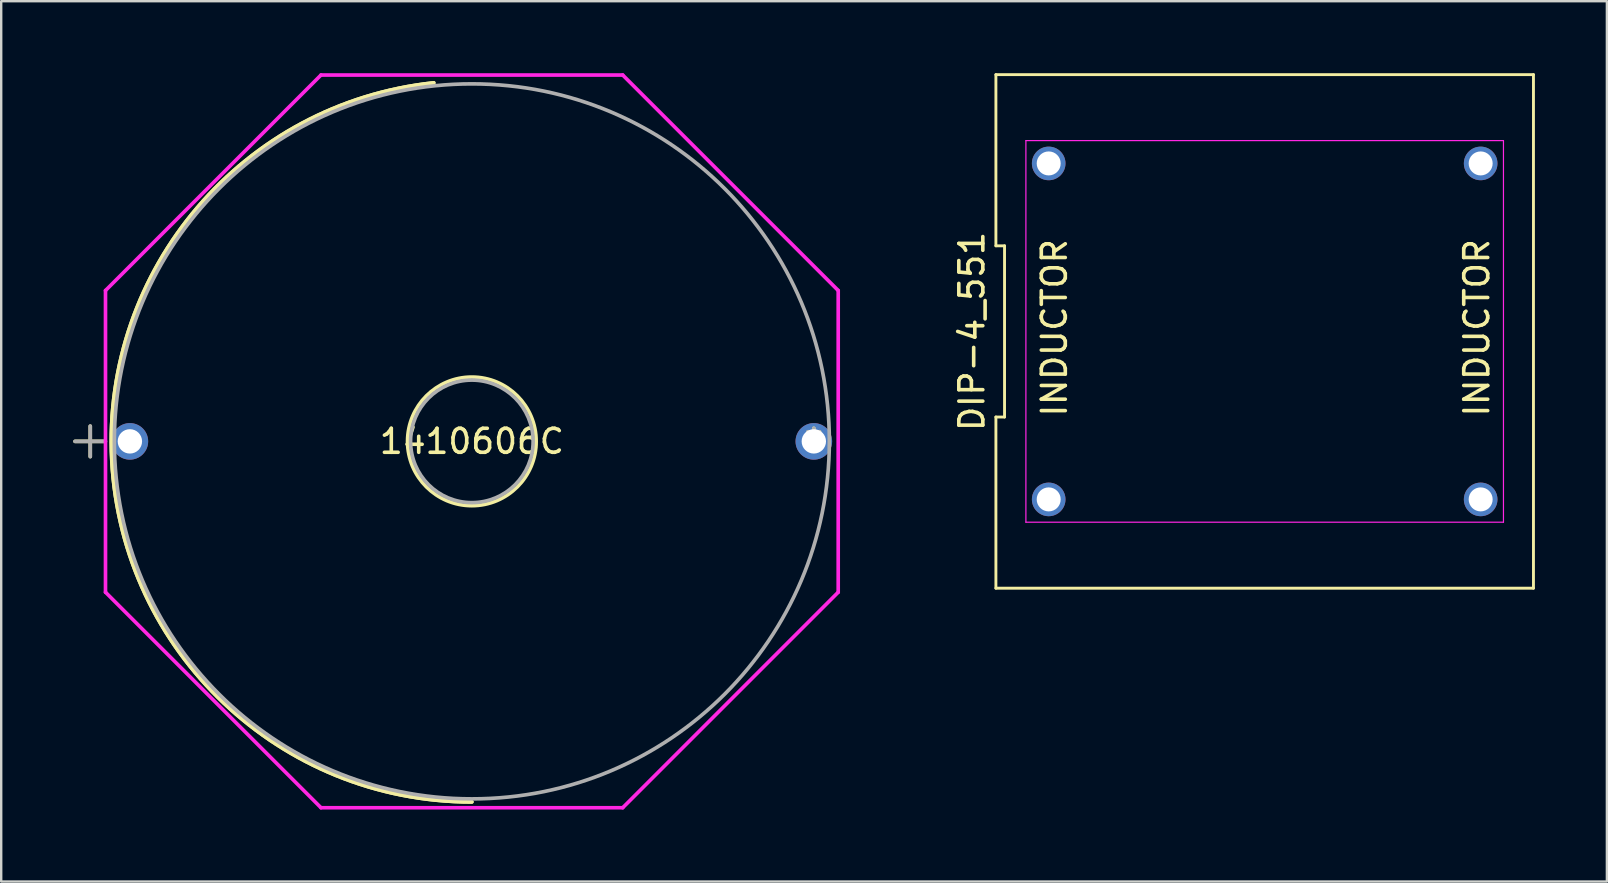
<source format=kicad_pcb>
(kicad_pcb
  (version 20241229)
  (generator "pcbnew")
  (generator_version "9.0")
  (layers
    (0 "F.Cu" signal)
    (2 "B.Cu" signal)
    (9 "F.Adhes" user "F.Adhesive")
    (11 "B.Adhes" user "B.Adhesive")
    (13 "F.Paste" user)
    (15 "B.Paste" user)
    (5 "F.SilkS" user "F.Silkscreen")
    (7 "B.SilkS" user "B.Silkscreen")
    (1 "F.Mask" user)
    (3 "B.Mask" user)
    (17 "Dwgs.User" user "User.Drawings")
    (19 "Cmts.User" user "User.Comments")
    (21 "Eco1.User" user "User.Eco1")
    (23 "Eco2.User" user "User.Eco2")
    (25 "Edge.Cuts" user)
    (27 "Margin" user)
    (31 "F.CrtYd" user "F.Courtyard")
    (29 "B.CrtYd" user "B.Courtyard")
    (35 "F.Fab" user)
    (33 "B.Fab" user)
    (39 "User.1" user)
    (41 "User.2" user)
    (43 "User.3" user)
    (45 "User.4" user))
  (footprint "DIP-4_551"
    (layer "F.Cu")
    (at 49.649 10.76)
    (property "Reference" "DIP-4_551" (at -12.2 0 90) (layer "F.SilkS") (effects (font (size 1 1) (thickness 0.15))))
    (attr through_hole)
    (fp_line (start -11.2 -10.7) (end -11.2 -3.567) (stroke (width 0.12) (type solid)) (layer "F.SilkS"))
    (fp_line (start -11.2 -3.567) (end -10.84 -3.567) (stroke (width 0.12) (type solid)) (layer "F.SilkS"))
    (fp_line (start -11.2 3.567) (end -11.2 10.7) (stroke (width 0.12) (type solid)) (layer "F.SilkS"))
    (fp_line (start -11.2 10.7) (end 11.2 10.7) (stroke (width 0.12) (type solid)) (layer "F.SilkS"))
    (fp_line (start -10.84 -3.567) (end -10.84 3.567) (stroke (width 0.12) (type solid)) (layer "F.SilkS"))
    (fp_line (start -10.84 3.567) (end -11.2 3.567) (stroke (width 0.12) (type solid)) (layer "F.SilkS"))
    (fp_line (start 11.2 -10.7) (end -11.2 -10.7) (stroke (width 0.12) (type solid)) (layer "F.SilkS"))
    (fp_line (start 11.2 10.7) (end 11.2 -10.7) (stroke (width 0.12) (type solid)) (layer "F.SilkS"))
    (fp_line (start -9.95 -7.95) (end 9.95 -7.95) (stroke (width 0.05) (type solid)) (layer "F.CrtYd"))
    (fp_line (start -9.95 7.95) (end -9.95 -7.95) (stroke (width 0.05) (type solid)) (layer "F.CrtYd"))
    (fp_line (start 9.95 -7.95) (end 9.95 7.95) (stroke (width 0.05) (type solid)) (layer "F.CrtYd"))
    (fp_line (start 9.95 7.95) (end -9.95 7.95) (stroke (width 0.05) (type solid)) (layer "F.CrtYd"))
    (fp_text user "INDUCTOR" (at 8.839 -0.152 90) (layer "F.SilkS") (effects (font (size 1 1) (thickness 0.15))))
    (fp_text user "INDUCTOR" (at -8.763 -0.152 90) (layer "F.SilkS") (effects (font (size 1 1) (thickness 0.15))))
    (pad "1" thru_hole circle (at -9 7) (size 1.4 1.4) (drill 1) (layers "*.Cu" "*.Mask"))
    (pad "2" thru_hole circle (at -9 -7) (size 1.4 1.4) (drill 1) (layers "*.Cu" "*.Mask"))
    (pad "3" thru_hole circle (at 9 7) (size 1.4 1.4) (drill 1) (layers "*.Cu" "*.Mask"))
    (pad "4" thru_hole circle (at 9 -7) (size 1.4 1.4) (drill 1) (layers "*.Cu" "*.Mask")))
  (footprint "1410606C"
    (layer "F.Cu")
    (at 30.862 15.342)
    (property "Reference" "1410606C" (at -14.25 0 0) (layer "F.SilkS") (effects (font (size 1 1) (thickness 0.15))))
    (attr through_hole)
    (fp_line (start -30.786 0) (end -29.595 0) (stroke (width 0.152) (type solid)) (layer "F.SilkS"))
    (fp_line (start -30.151 -0.635) (end -30.151 0.635) (stroke (width 0.152) (type solid)) (layer "F.SilkS"))
    (fp_arc (start -14.249997 15.0241) (mid -29.253071 0.794575) (end -15.836924 -14.940055) (stroke (width 0.1524) (type solid)) (layer "F.SilkS"))
    (fp_arc (start -14.249997 15.0241) (mid -29.253072 0.794561) (end -15.836896 -14.940058) (stroke (width 0.1524) (type solid)) (layer "F.SilkS"))
    (fp_circle (center -14.25 0) (end -11.57 0) (stroke (width 0.152) (type solid)) (fill no) (layer "F.SilkS"))
    (fp_line (start -29.516 -6.286) (end -20.536 -15.266) (stroke (width 0.152) (type solid)) (layer "F.CrtYd"))
    (fp_line (start -29.516 6.286) (end -29.516 -6.286) (stroke (width 0.152) (type solid)) (layer "F.CrtYd"))
    (fp_line (start -20.536 -15.266) (end -7.964 -15.266) (stroke (width 0.152) (type solid)) (layer "F.CrtYd"))
    (fp_line (start -20.536 15.266) (end -29.516 6.286) (stroke (width 0.152) (type solid)) (layer "F.CrtYd"))
    (fp_line (start -7.964 -15.266) (end 1.016 -6.286) (stroke (width 0.152) (type solid)) (layer "F.CrtYd"))
    (fp_line (start -7.964 15.266) (end -20.536 15.266) (stroke (width 0.152) (type solid)) (layer "F.CrtYd"))
    (fp_line (start 1.016 -6.286) (end 1.016 6.286) (stroke (width 0.152) (type solid)) (layer "F.CrtYd"))
    (fp_line (start 1.016 6.286) (end -7.964 15.266) (stroke (width 0.152) (type solid)) (layer "F.CrtYd"))
    (fp_line (start -30.786 0) (end -29.516 0) (stroke (width 0.152) (type solid)) (layer "F.Fab"))
    (fp_line (start -30.151 -0.635) (end -30.151 0.635) (stroke (width 0.152) (type solid)) (layer "F.Fab"))
    (fp_circle (center -14.25 0) (end -11.697 0) (stroke (width 0.152) (type solid)) (fill no) (layer "F.Fab"))
    (fp_circle (center -14.25 0) (end 0.647 0) (stroke (width 0.152) (type solid)) (fill no) (layer "F.Fab"))
    (fp_text user "*" (at 0 0 0) (layer "F.SilkS") (effects (font (size 1 1) (thickness 0.15))))
    (fp_text user "Copyright 2016 Accelerated Designs. All rights reserved." (at 0 0 0) (layer "Cmts.User") (effects (font (size 0.127 0.127) (thickness 0.002))))
    (fp_text user "*" (at 0 0 0) (layer "F.Fab") (effects (font (size 1 1) (thickness 0.15))))
    (pad "1" thru_hole circle (at -28.5 0) (size 1.524 1.524) (drill 1.016) (layers "*.Cu" "*.Mask"))
    (pad "2" thru_hole circle (at 0 0) (size 1.524 1.524) (drill 1.016) (layers "*.Cu" "*.Mask")))
  (gr_rect
    (start -3 -3)
    (end 63.909 33.684)
    (stroke (width 0.1) (type default))
    (fill no)
    (layer "Edge.Cuts")))
</source>
